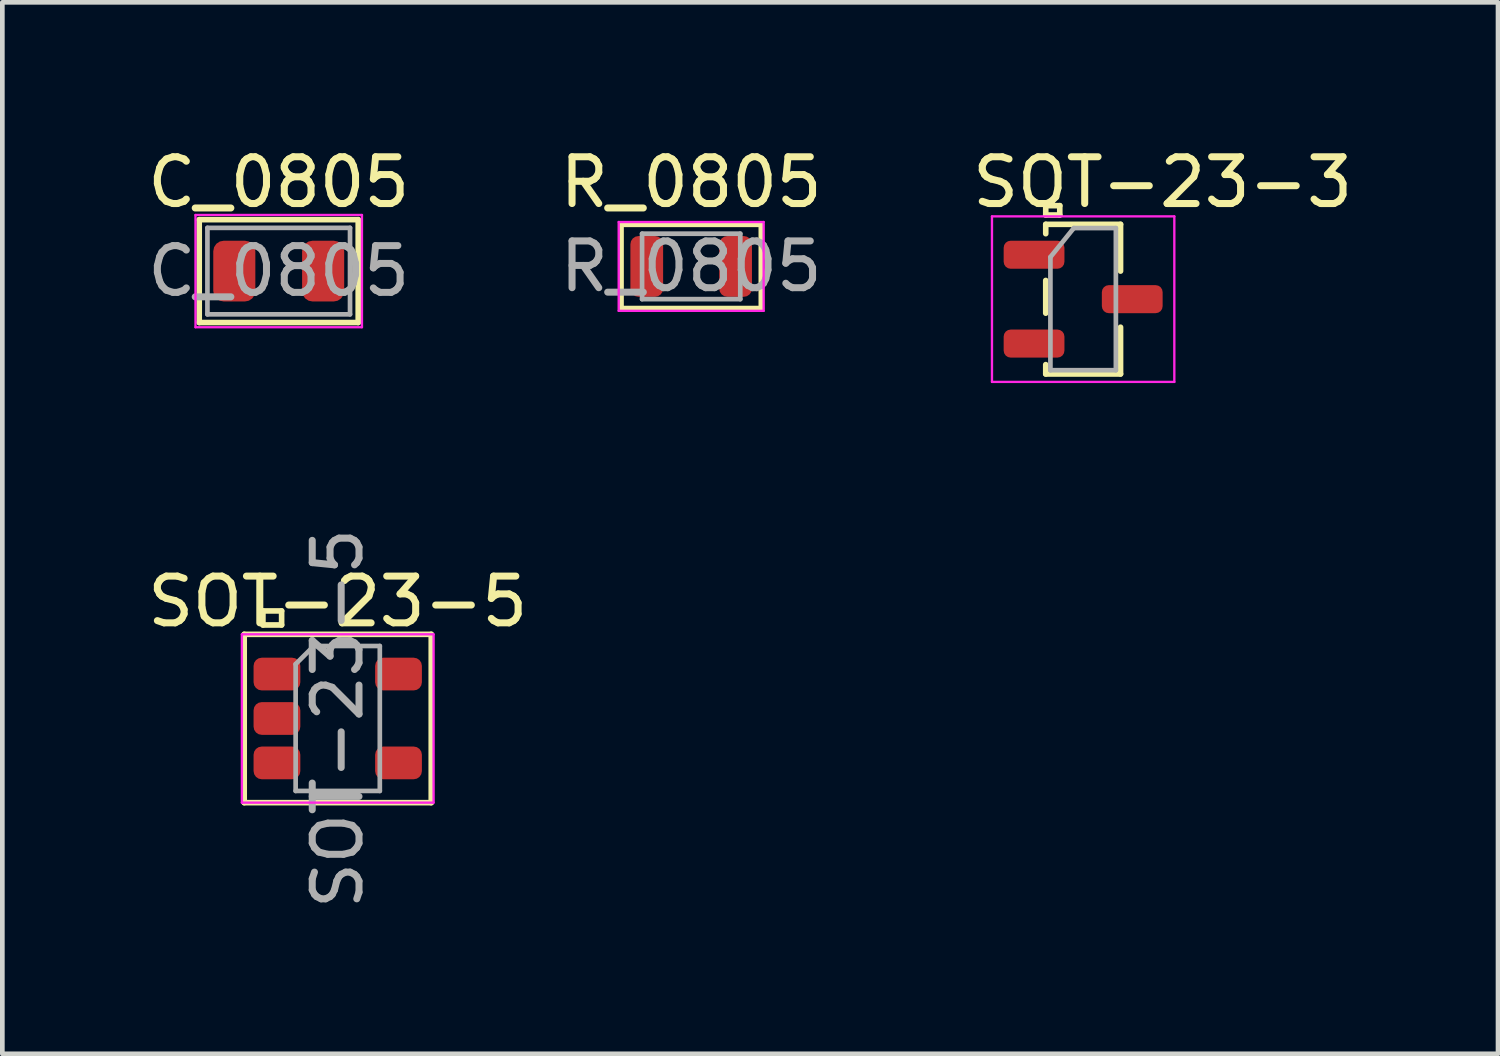
<source format=kicad_pcb>
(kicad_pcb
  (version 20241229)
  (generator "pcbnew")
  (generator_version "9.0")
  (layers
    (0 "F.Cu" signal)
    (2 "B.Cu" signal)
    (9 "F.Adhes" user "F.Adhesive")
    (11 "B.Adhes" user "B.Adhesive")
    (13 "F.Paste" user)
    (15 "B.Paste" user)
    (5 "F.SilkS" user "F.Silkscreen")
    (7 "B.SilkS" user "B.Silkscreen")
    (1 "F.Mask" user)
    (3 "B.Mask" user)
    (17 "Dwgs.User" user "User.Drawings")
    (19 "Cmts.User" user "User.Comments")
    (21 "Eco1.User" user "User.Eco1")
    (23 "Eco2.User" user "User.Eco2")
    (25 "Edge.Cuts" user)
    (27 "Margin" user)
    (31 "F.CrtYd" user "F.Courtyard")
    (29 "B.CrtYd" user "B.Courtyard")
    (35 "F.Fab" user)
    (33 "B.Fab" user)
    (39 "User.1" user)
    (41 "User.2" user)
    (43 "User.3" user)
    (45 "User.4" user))
  (footprint "SOT-23-5"
    (layer "F.Cu")
    (at 4.173 12.316)
    (property "Reference" "SOT-23-5" (at 0 -2.5 0) (layer "F.SilkS") (effects (font (size 1 1) (thickness 0.15))))
    (attr smd)
    (fp_line (start -2 -1.8) (end -2 1.8) (stroke (width 0.12) (type solid)) (layer "F.SilkS"))
    (fp_line (start -2 1.8) (end 2 1.8) (stroke (width 0.12) (type solid)) (layer "F.SilkS"))
    (fp_line (start -1.6 -2.3) (end -1.6 -2) (stroke (width 0.12) (type solid)) (layer "F.SilkS"))
    (fp_line (start -1.6 -2) (end -1.2 -2) (stroke (width 0.12) (type solid)) (layer "F.SilkS"))
    (fp_line (start -1.2 -2.3) (end -1.6 -2.3) (stroke (width 0.12) (type solid)) (layer "F.SilkS"))
    (fp_line (start -1.2 -2) (end -1.2 -2.3) (stroke (width 0.12) (type solid)) (layer "F.SilkS"))
    (fp_line (start 2 -1.8) (end -2 -1.8) (stroke (width 0.12) (type solid)) (layer "F.SilkS"))
    (fp_line (start 2 1.8) (end 2 -1.8) (stroke (width 0.12) (type solid)) (layer "F.SilkS"))
    (fp_line (start -2.05 -1.8) (end -2.05 1.8) (stroke (width 0.05) (type solid)) (layer "F.CrtYd"))
    (fp_line (start -2.05 -1.8) (end 2.05 -1.8) (stroke (width 0.05) (type solid)) (layer "F.CrtYd"))
    (fp_line (start -2.05 1.8) (end 2.05 1.8) (stroke (width 0.05) (type solid)) (layer "F.CrtYd"))
    (fp_line (start 2.05 -1.8) (end 2.05 1.8) (stroke (width 0.05) (type solid)) (layer "F.CrtYd"))
    (fp_line (start -0.9 -1.163) (end -0.9 1.55) (stroke (width 0.1) (type solid)) (layer "F.Fab"))
    (fp_line (start -0.9 -1.163) (end -0.512 -1.55) (stroke (width 0.1) (type solid)) (layer "F.Fab"))
    (fp_line (start -0.9 1.55) (end 0.9 1.55) (stroke (width 0.1) (type solid)) (layer "F.Fab"))
    (fp_line (start -0.512 -1.55) (end 0.9 -1.55) (stroke (width 0.1) (type solid)) (layer "F.Fab"))
    (fp_line (start 0.9 -1.55) (end 0.9 1.55) (stroke (width 0.1) (type solid)) (layer "F.Fab"))
    (fp_text user "${REFERENCE}" (at 0 0 90) (layer "F.Fab") (effects (font (size 1 1) (thickness 0.15))))
    (pad "1" smd roundrect (at -1.3 -0.95) (size 1 0.7) (layers "F.Cu" "F.Mask" "F.Paste") (roundrect_rratio 0.25))
    (pad "2" smd roundrect (at -1.3 0) (size 1 0.7) (layers "F.Cu" "F.Mask" "F.Paste") (roundrect_rratio 0.25))
    (pad "3" smd roundrect (at -1.3 0.95) (size 1 0.7) (layers "F.Cu" "F.Mask" "F.Paste") (roundrect_rratio 0.25))
    (pad "4" smd roundrect (at 1.3 0.95) (size 1 0.7) (layers "F.Cu" "F.Mask" "F.Paste") (roundrect_rratio 0.25))
    (pad "5" smd roundrect (at 1.3 -0.95) (size 1 0.7) (layers "F.Cu" "F.Mask" "F.Paste") (roundrect_rratio 0.25)))
  (footprint "SOT-23-3"
    (layer "F.Cu")
    (at 20.115 3.348)
    (property "Reference" "SOT-23-3" (at 1.7 -2.5 0) (unlocked yes) (layer "F.SilkS") (effects (font (size 1 1) (thickness 0.15))))
    (attr smd)
    (fp_line (start -0.8 -2) (end -0.8 -1.8) (stroke (width 0.12) (type solid)) (layer "F.SilkS"))
    (fp_line (start -0.8 -1.8) (end -0.5 -1.8) (stroke (width 0.12) (type solid)) (layer "F.SilkS"))
    (fp_line (start -0.8 -1.6) (end -0.8 -1.4) (stroke (width 0.12) (type solid)) (layer "F.SilkS"))
    (fp_line (start -0.8 -1.6) (end 0.8 -1.6) (stroke (width 0.12) (type solid)) (layer "F.SilkS"))
    (fp_line (start -0.8 -0.4) (end -0.8 0.3) (stroke (width 0.12) (type solid)) (layer "F.SilkS"))
    (fp_line (start -0.8 1.4) (end -0.8 1.6) (stroke (width 0.12) (type solid)) (layer "F.SilkS"))
    (fp_line (start -0.8 1.6) (end 0.8 1.6) (stroke (width 0.12) (type solid)) (layer "F.SilkS"))
    (fp_line (start -0.5 -2) (end -0.8 -2) (stroke (width 0.12) (type solid)) (layer "F.SilkS"))
    (fp_line (start -0.5 -1.8) (end -0.5 -2) (stroke (width 0.12) (type solid)) (layer "F.SilkS"))
    (fp_line (start 0.8 -1.6) (end 0.8 -0.6) (stroke (width 0.12) (type solid)) (layer "F.SilkS"))
    (fp_line (start 0.8 1.6) (end 0.8 0.6) (stroke (width 0.12) (type solid)) (layer "F.SilkS"))
    (fp_line (start -1.95 -1.77) (end -1.95 1.77) (stroke (width 0.05) (type solid)) (layer "F.CrtYd"))
    (fp_line (start -1.95 -1.77) (end 1.95 -1.77) (stroke (width 0.05) (type solid)) (layer "F.CrtYd"))
    (fp_line (start -1.95 1.77) (end 1.95 1.77) (stroke (width 0.05) (type solid)) (layer "F.CrtYd"))
    (fp_line (start 1.95 -1.77) (end 1.95 1.77) (stroke (width 0.05) (type solid)) (layer "F.CrtYd"))
    (fp_line (start -0.7 -0.9) (end -0.7 1.52) (stroke (width 0.1) (type solid)) (layer "F.Fab"))
    (fp_line (start -0.2 -1.52) (end -0.7 -0.9) (stroke (width 0.1) (type solid)) (layer "F.Fab"))
    (fp_line (start 0.7 -1.52) (end -0.2 -1.52) (stroke (width 0.1) (type solid)) (layer "F.Fab"))
    (fp_line (start 0.7 -1.52) (end 0.7 1.52) (stroke (width 0.1) (type solid)) (layer "F.Fab"))
    (fp_line (start 0.7 1.52) (end -0.7 1.52) (stroke (width 0.1) (type solid)) (layer "F.Fab"))
    (pad "1" smd roundrect (at -1.05 -0.95) (size 1.3 0.6) (layers "F.Cu" "F.Mask" "F.Paste") (roundrect_rratio 0.25))
    (pad "2" smd roundrect (at -1.05 0.95) (size 1.3 0.6) (layers "F.Cu" "F.Mask" "F.Paste") (roundrect_rratio 0.25))
    (pad "3" smd roundrect (at 1.05 0) (size 1.3 0.6) (layers "F.Cu" "F.Mask" "F.Paste") (roundrect_rratio 0.25)))
  (footprint "R_0805"
    (layer "F.Cu")
    (at 11.732 2.648)
    (property "Reference" "R_0805" (at 0 -1.8 0) (layer "F.SilkS") (effects (font (size 1 1) (thickness 0.15))))
    (attr smd)
    (fp_line (start -1.5 -0.9) (end 1.5 -0.9) (stroke (width 0.12) (type solid)) (layer "F.SilkS"))
    (fp_line (start -1.5 0.9) (end -1.5 -0.9) (stroke (width 0.12) (type solid)) (layer "F.SilkS"))
    (fp_line (start 1.5 -0.9) (end 1.5 0.9) (stroke (width 0.12) (type solid)) (layer "F.SilkS"))
    (fp_line (start 1.5 0.9) (end -1.5 0.9) (stroke (width 0.12) (type solid)) (layer "F.SilkS"))
    (fp_line (start -1.55 -0.95) (end -1.55 0.95) (stroke (width 0.05) (type solid)) (layer "F.CrtYd"))
    (fp_line (start -1.55 -0.95) (end 1.55 -0.95) (stroke (width 0.05) (type solid)) (layer "F.CrtYd"))
    (fp_line (start -1.55 0.95) (end 1.55 0.95) (stroke (width 0.05) (type solid)) (layer "F.CrtYd"))
    (fp_line (start 1.55 -0.95) (end 1.55 0.95) (stroke (width 0.05) (type solid)) (layer "F.CrtYd"))
    (fp_line (start -1.05 -0.7) (end -1.05 0.7) (stroke (width 0.1) (type solid)) (layer "F.Fab"))
    (fp_line (start -1.05 -0.7) (end 1.05 -0.7) (stroke (width 0.1) (type solid)) (layer "F.Fab"))
    (fp_line (start -1.05 0.7) (end 1.05 0.7) (stroke (width 0.1) (type solid)) (layer "F.Fab"))
    (fp_line (start 1.05 -0.7) (end 1.05 0.7) (stroke (width 0.1) (type solid)) (layer "F.Fab"))
    (fp_text user "${REFERENCE}" (at 0 0 0) (layer "F.Fab") (effects (font (size 1 1) (thickness 0.15))))
    (pad "1" smd roundrect (at -0.95 0) (size 0.7 1.3) (layers "F.Cu" "F.Mask" "F.Paste") (roundrect_rratio 0.25))
    (pad "2" smd roundrect (at 0.95 0) (size 0.7 1.3) (layers "F.Cu" "F.Mask" "F.Paste") (roundrect_rratio 0.25)))
  (footprint "C_0805"
    (layer "F.Cu")
    (at 2.911 2.748)
    (property "Reference" "C_0805" (at 0 -1.9 0) (layer "F.SilkS") (effects (font (size 1 1) (thickness 0.15))))
    (attr smd)
    (fp_line (start -1.7 -1.1) (end 1.7 -1.1) (stroke (width 0.12) (type solid)) (layer "F.SilkS"))
    (fp_line (start -1.7 1.1) (end -1.7 -1.1) (stroke (width 0.12) (type solid)) (layer "F.SilkS"))
    (fp_line (start 1.7 -1.1) (end 1.7 1.1) (stroke (width 0.12) (type solid)) (layer "F.SilkS"))
    (fp_line (start 1.7 1.1) (end -1.7 1.1) (stroke (width 0.12) (type solid)) (layer "F.SilkS"))
    (fp_line (start -1.78 -1.2) (end -1.78 1.2) (stroke (width 0.05) (type solid)) (layer "F.CrtYd"))
    (fp_line (start -1.78 -1.2) (end 1.78 -1.2) (stroke (width 0.05) (type solid)) (layer "F.CrtYd"))
    (fp_line (start -1.78 1.2) (end 1.78 1.2) (stroke (width 0.05) (type solid)) (layer "F.CrtYd"))
    (fp_line (start 1.78 -1.2) (end 1.78 1.2) (stroke (width 0.05) (type solid)) (layer "F.CrtYd"))
    (fp_line (start -1.525 -0.925) (end 1.525 -0.925) (stroke (width 0.1) (type solid)) (layer "F.Fab"))
    (fp_line (start -1.525 0.925) (end -1.525 -0.925) (stroke (width 0.1) (type solid)) (layer "F.Fab"))
    (fp_line (start -1.525 0.925) (end 1.525 0.925) (stroke (width 0.1) (type solid)) (layer "F.Fab"))
    (fp_line (start 1.525 0.925) (end 1.525 -0.925) (stroke (width 0.1) (type solid)) (layer "F.Fab"))
    (fp_text user "${REFERENCE}" (at 0 0 0) (layer "F.Fab") (effects (font (size 1 1) (thickness 0.15))))
    (pad "1" smd roundrect (at -0.95 0) (size 0.9 1.3) (layers "F.Cu" "F.Mask" "F.Paste") (roundrect_rratio 0.25))
    (pad "2" smd roundrect (at 0.95 0) (size 0.9 1.3) (layers "F.Cu" "F.Mask" "F.Paste") (roundrect_rratio 0.25)))
  (gr_rect
    (start -3 -3)
    (end 28.988 19.488)
    (stroke (width 0.1) (type default))
    (fill no)
    (layer "Edge.Cuts")))
</source>
